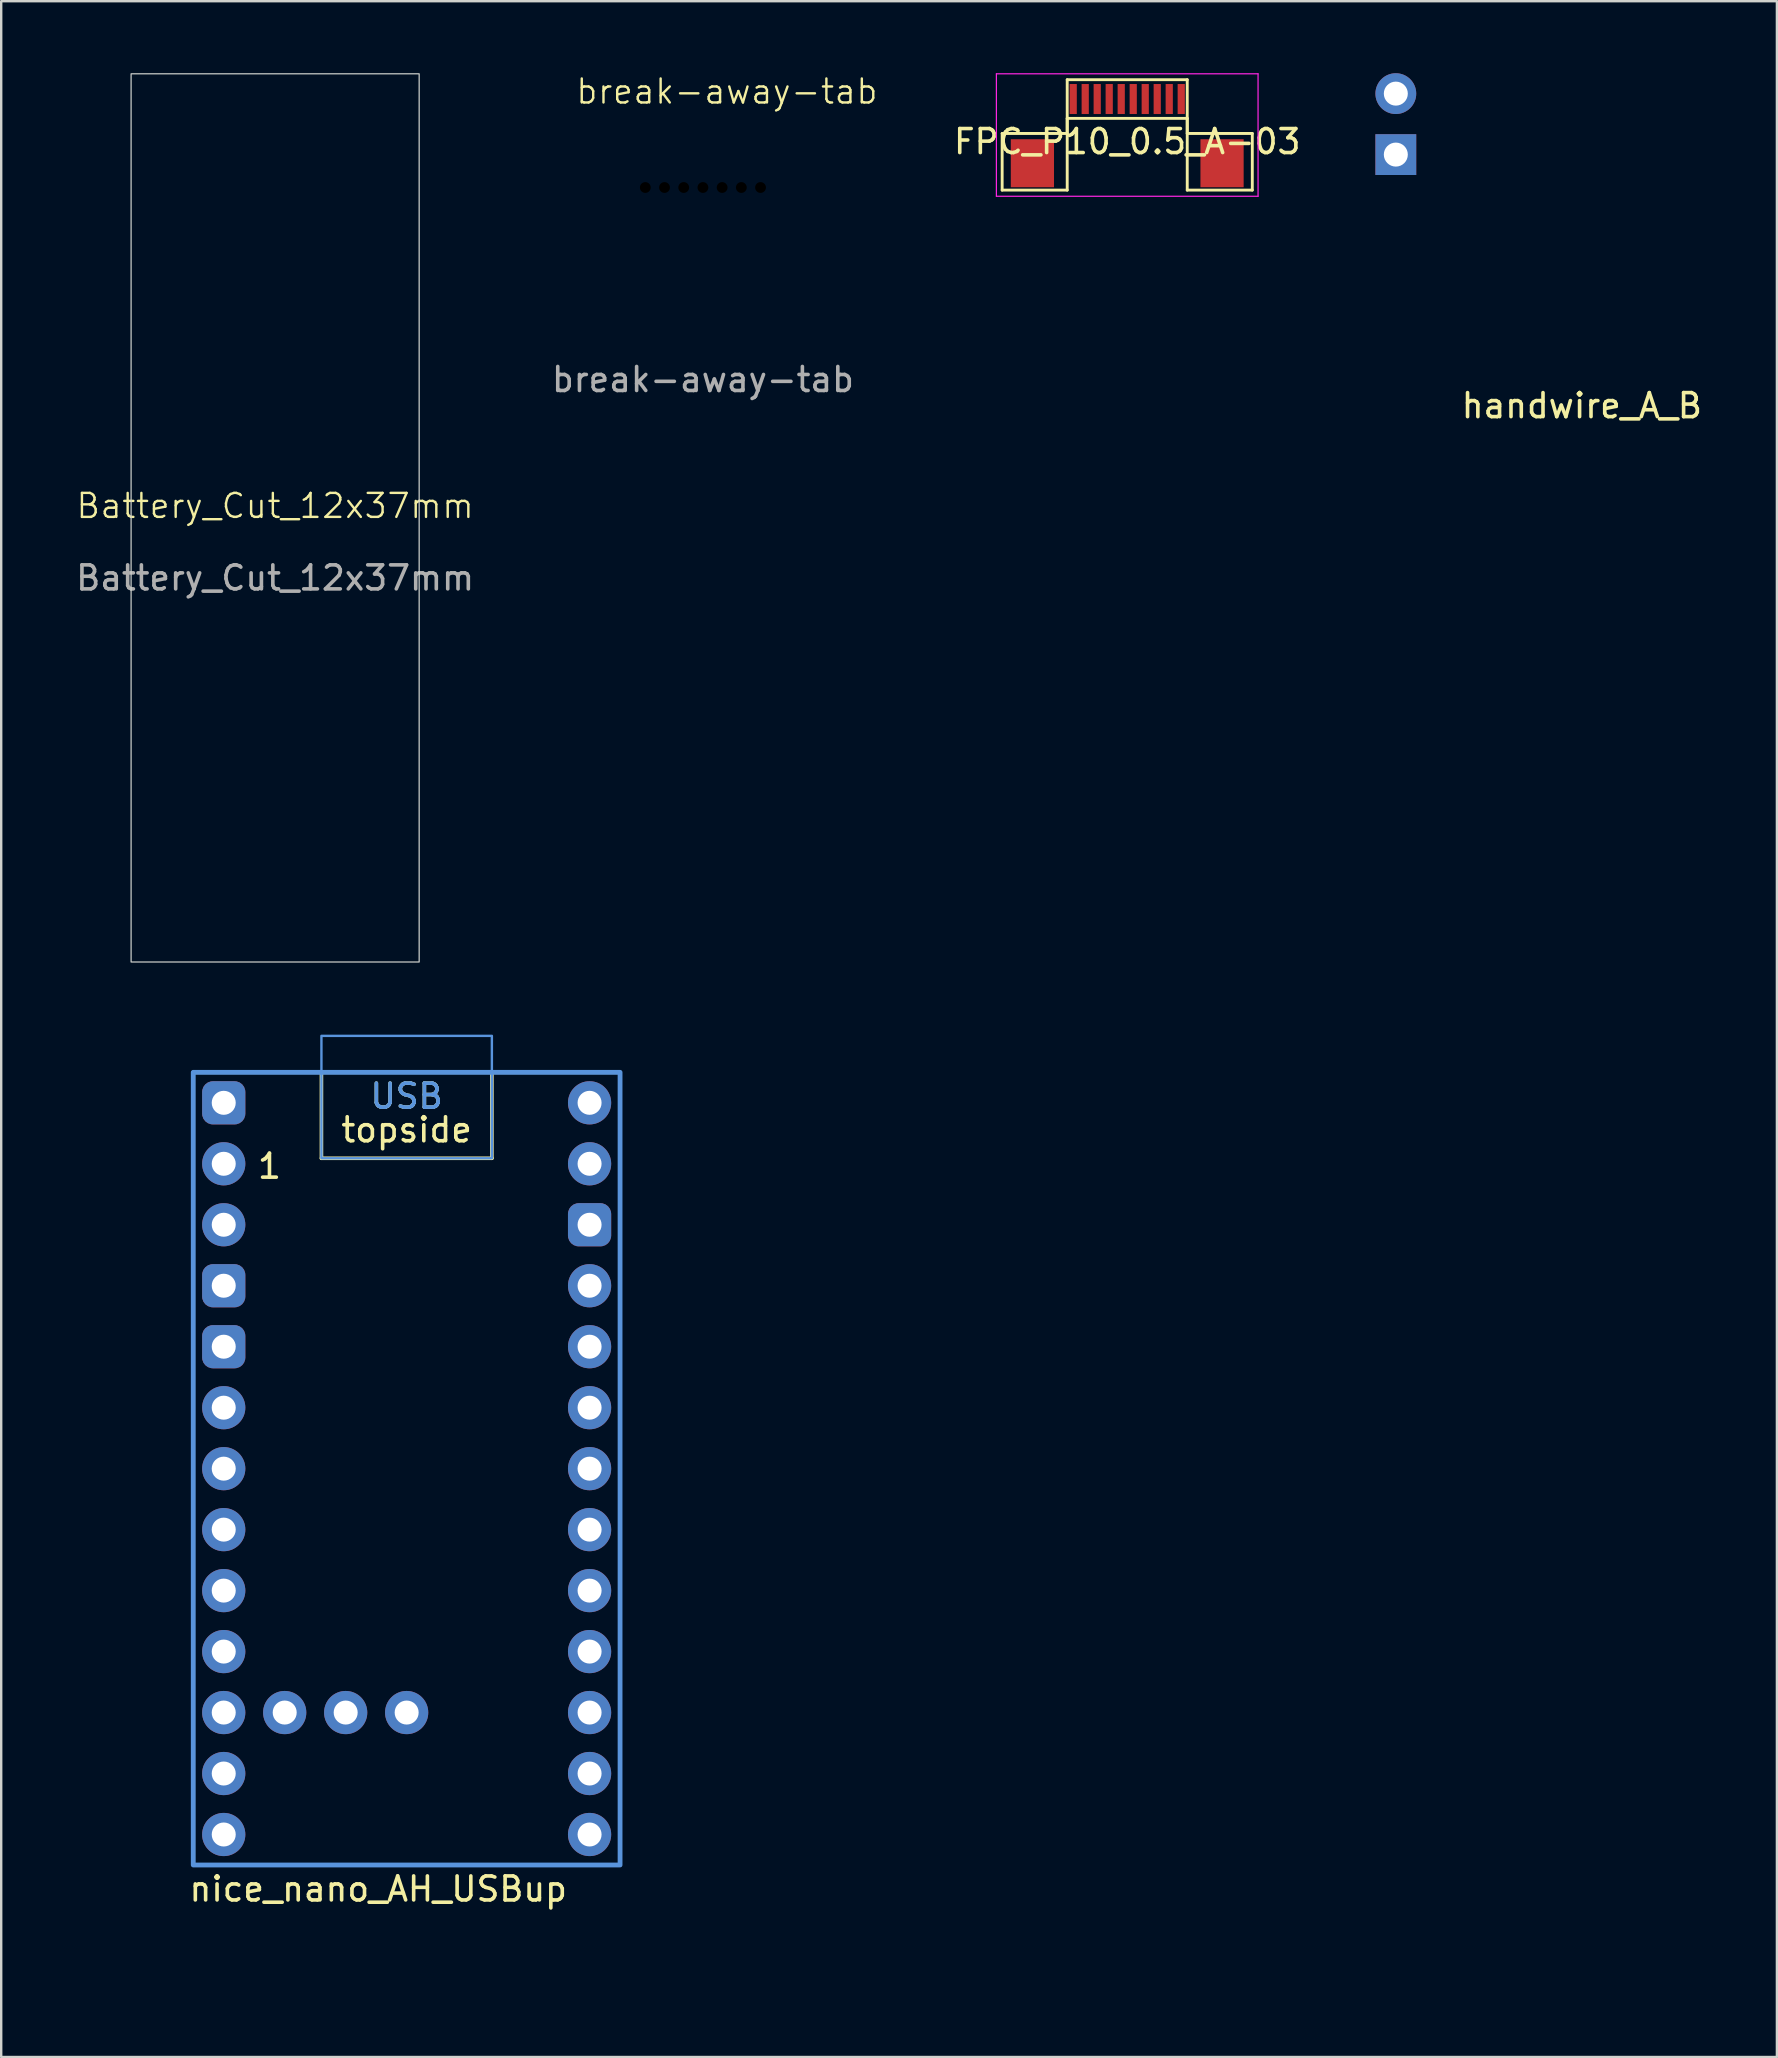
<source format=kicad_pcb>
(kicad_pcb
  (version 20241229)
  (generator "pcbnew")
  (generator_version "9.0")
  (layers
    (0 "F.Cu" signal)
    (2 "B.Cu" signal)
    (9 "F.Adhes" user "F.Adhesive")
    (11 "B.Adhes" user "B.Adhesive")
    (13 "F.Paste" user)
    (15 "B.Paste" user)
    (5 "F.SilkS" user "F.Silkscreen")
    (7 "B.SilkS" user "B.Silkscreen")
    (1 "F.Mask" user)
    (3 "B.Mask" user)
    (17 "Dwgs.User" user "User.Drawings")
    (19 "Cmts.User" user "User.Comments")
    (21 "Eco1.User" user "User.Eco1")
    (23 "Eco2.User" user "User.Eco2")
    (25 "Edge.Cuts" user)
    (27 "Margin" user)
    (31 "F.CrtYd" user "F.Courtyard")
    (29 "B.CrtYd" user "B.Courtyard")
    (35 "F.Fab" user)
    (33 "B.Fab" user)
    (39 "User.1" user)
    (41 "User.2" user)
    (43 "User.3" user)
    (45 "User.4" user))
  (footprint "break-away-tab"
    (layer "F.Cu")
    (at 26.232 4.761)
    (property "Reference" "break-away-tab" (at 1 -4 0) (unlocked yes) (layer "F.SilkS") (effects (font (size 1 1) (thickness 0.1))))
    (fp_text user "${REFERENCE}" (at 0 8 0) (unlocked yes) (layer "F.Fab") (effects (font (size 1 1) (thickness 0.15))))
    (pad "" np_thru_hole circle (at -2.4 0) (size 1.15 1.15) (drill 0.45) (layers "*.Mask"))
    (pad "" np_thru_hole circle (at -1.6 0) (size 1.15 1.15) (drill 0.45) (layers "*.Mask"))
    (pad "" np_thru_hole circle (at -0.8 0) (size 1.15 1.15) (drill 0.45) (layers "*.Mask"))
    (pad "" np_thru_hole circle (at 0 0) (size 1.15 1.15) (drill 0.45) (layers "*.Mask"))
    (pad "" np_thru_hole circle (at 0.8 0) (size 1.15 1.15) (drill 0.45) (layers "*.Mask"))
    (pad "" np_thru_hole circle (at 1.6 0) (size 1.15 1.15) (drill 0.45) (layers "*.Mask"))
    (pad "" np_thru_hole circle (at 2.4 0) (size 1.15 1.15) (drill 0.45) (layers "*.Mask")))
  (footprint "FPC_P10_0.5_A-03"
    (layer "F.Cu")
    (at 43.907 1.075)
    (property "Reference" "FPC_P10_0.5_A-03" (at 0 1.775 0) (layer "F.SilkS") (effects (font (size 1 1) (thickness 0.15))))
    (attr smd)
    (fp_line (start -5.21 1.435) (end -2.5 1.435) (stroke (width 0.12) (type default)) (layer "F.SilkS"))
    (fp_line (start -5.21 3.795) (end -5.21 1.435) (stroke (width 0.12) (type default)) (layer "F.SilkS"))
    (fp_line (start -2.5 -0.805) (end 2.5 -0.805) (stroke (width 0.12) (type default)) (layer "F.SilkS"))
    (fp_line (start -2.5 0.805) (end -2.5 3.795) (stroke (width 0.12) (type default)) (layer "F.SilkS"))
    (fp_line (start -2.5 0.805) (end 2.5 0.805) (stroke (width 0.12) (type default)) (layer "F.SilkS"))
    (fp_line (start -2.5 1.435) (end -2.5 -0.805) (stroke (width 0.12) (type default)) (layer "F.SilkS"))
    (fp_line (start -2.5 3.795) (end -5.21 3.795) (stroke (width 0.12) (type default)) (layer "F.SilkS"))
    (fp_line (start 2.5 0.805) (end 2.5 3.795) (stroke (width 0.12) (type default)) (layer "F.SilkS"))
    (fp_line (start 2.5 1.435) (end 2.5 -0.805) (stroke (width 0.12) (type default)) (layer "F.SilkS"))
    (fp_line (start 2.5 3.795) (end 5.21 3.795) (stroke (width 0.12) (type default)) (layer "F.SilkS"))
    (fp_line (start 5.21 1.435) (end 2.5 1.435) (stroke (width 0.12) (type default)) (layer "F.SilkS"))
    (fp_line (start 5.21 3.795) (end 5.21 1.435) (stroke (width 0.12) (type default)) (layer "F.SilkS"))
    (fp_line (start -5.45 -1.05) (end -5.45 4.05) (stroke (width 0.05) (type default)) (layer "F.CrtYd"))
    (fp_line (start -5.45 -1.05) (end 5.45 -1.05) (stroke (width 0.05) (type default)) (layer "F.CrtYd"))
    (fp_line (start -5.45 4.05) (end 5.45 4.05) (stroke (width 0.05) (type default)) (layer "F.CrtYd"))
    (fp_line (start 5.45 -1.05) (end 5.45 4.05) (stroke (width 0.05) (type default)) (layer "F.CrtYd"))
    (pad "0" smd rect (at -3.95 2.675) (size 1.8 2) (layers "F.Cu" "F.Mask" "F.Paste"))
    (pad "0" smd rect (at 3.95 2.675) (size 1.8 2) (layers "F.Cu" "F.Mask" "F.Paste"))
    (pad "1" smd rect (at -2.25 0) (size 0.3 1.25) (layers "F.Cu" "F.Mask" "F.Paste"))
    (pad "2" smd rect (at -1.75 0) (size 0.3 1.25) (layers "F.Cu" "F.Mask" "F.Paste"))
    (pad "3" smd rect (at -1.25 0) (size 0.3 1.25) (layers "F.Cu" "F.Mask" "F.Paste"))
    (pad "4" smd rect (at -0.75 0) (size 0.3 1.25) (layers "F.Cu" "F.Mask" "F.Paste"))
    (pad "5" smd rect (at -0.25 0) (size 0.3 1.25) (layers "F.Cu" "F.Mask" "F.Paste"))
    (pad "6" smd rect (at 0.25 0) (size 0.3 1.25) (layers "F.Cu" "F.Mask" "F.Paste"))
    (pad "7" smd rect (at 0.75 0) (size 0.3 1.25) (layers "F.Cu" "F.Mask" "F.Paste"))
    (pad "8" smd rect (at 1.25 0) (size 0.3 1.25) (layers "F.Cu" "F.Mask" "F.Paste"))
    (pad "9" smd rect (at 1.75 0) (size 0.3 1.25) (layers "F.Cu" "F.Mask" "F.Paste"))
    (pad "10" smd rect (at 2.25 0) (size 0.3 1.25) (layers "F.Cu" "F.Mask" "F.Paste")))
  (footprint "nice_nano_AH_USBup"
    (layer "F.Cu")
    (at 13.89 59.4)
    (property "Reference" "nice_nano_AH_USBup" (at -9.14 16.24 0) (layer "F.SilkS") (effects (font (size 1 1) (thickness 0.15)) (justify left)))
    (attr through_hole exclude_from_pos_files exclude_from_bom)
    (fp_line (start -3.55 -14.2) (end -3.55 -17.78) (stroke (width 0.15) (type default)) (layer "F.SilkS"))
    (fp_line (start 3.55 -14.2) (end -3.55 -14.2) (stroke (width 0.15) (type default)) (layer "F.SilkS"))
    (fp_line (start 3.55 -14.2) (end 3.55 -17.78) (stroke (width 0.15) (type default)) (layer "F.SilkS"))
    (fp_rect (start -8.89 -17.78) (end 8.89 15.24) (stroke (width 0.15) (type solid)) (fill no) (layer "F.SilkS"))
    (fp_rect (start -3.55 -19.3) (end 3.55 -14.2) (stroke (width 0.1) (type default)) (fill no) (layer "Cmts.User"))
    (fp_rect (start 8.89 -17.78) (end -8.89 15.24) (stroke (width 0.2) (type solid)) (fill no) (layer "Cmts.User"))
    (fp_text user "topside" (at 0 -14.8 0) (unlocked yes) (layer "F.SilkS") (effects (font (size 1 1) (thickness 0.15)) (justify bottom)))
    (fp_text user "USB" (at 0 -16.2 0) (unlocked yes) (layer "F.SilkS") (effects (font (size 1 1) (thickness 0.15)) (justify bottom)))
    (fp_text user "1" (at -5.715 -13.283 0) (layer "F.SilkS") (effects (font (size 1 1) (thickness 0.15)) (justify bottom)))
    (fp_text user "USB" (at 0 -16.2 0) (layer "Cmts.User") (effects (font (size 1 1) (thickness 0.15)) (justify bottom)))
    (pad "1" thru_hole circle (at -7.62 -13.97) (size 1.8 1.8) (drill 1) (layers "*.Cu" "B.Mask"))
    (pad "2" thru_hole circle (at -7.62 -11.43) (size 1.8 1.8) (drill 1) (layers "*.Cu" "B.Mask"))
    (pad "3" thru_hole roundrect (at -7.62 -8.89) (size 1.8 1.8) (drill 1) (layers "*.Cu" "B.Mask") (roundrect_rratio 0.25))
    (pad "4" thru_hole roundrect (at -7.62 -6.35) (size 1.8 1.8) (drill 1) (layers "*.Cu" "B.Mask") (roundrect_rratio 0.25))
    (pad "5" thru_hole circle (at -7.62 -3.81) (size 1.8 1.8) (drill 1) (layers "*.Cu" "B.Mask"))
    (pad "6" thru_hole circle (at -7.62 -1.27) (size 1.8 1.8) (drill 1) (layers "*.Cu" "B.Mask"))
    (pad "7" thru_hole circle (at -7.62 1.27) (size 1.8 1.8) (drill 1) (layers "*.Cu" "B.Mask"))
    (pad "8" thru_hole circle (at -7.62 3.81) (size 1.8 1.8) (drill 1) (layers "*.Cu" "B.Mask"))
    (pad "9" thru_hole circle (at -7.62 6.35) (size 1.8 1.8) (drill 1) (layers "*.Cu" "B.Mask"))
    (pad "10" thru_hole circle (at -7.62 8.89) (size 1.8 1.8) (drill 1) (layers "*.Cu" "B.Mask"))
    (pad "11" thru_hole circle (at -7.62 11.43) (size 1.8 1.8) (drill 1) (layers "*.Cu" "B.Mask"))
    (pad "12" thru_hole circle (at -7.62 13.97) (size 1.8 1.8) (drill 1) (layers "*.Cu" "B.Mask"))
    (pad "13" thru_hole circle (at 7.62 -13.97) (size 1.8 1.8) (drill 1) (layers "*.Cu" "B.Mask"))
    (pad "14" thru_hole roundrect (at 7.62 -11.43) (size 1.8 1.8) (drill 1) (layers "*.Cu" "B.Mask") (roundrect_rratio 0.25))
    (pad "15" thru_hole circle (at 7.62 -8.89) (size 1.8 1.8) (drill 1) (layers "*.Cu" "B.Mask"))
    (pad "16" thru_hole circle (at 7.62 -6.35) (size 1.8 1.8) (drill 1) (layers "*.Cu" "B.Mask"))
    (pad "17" thru_hole circle (at 7.62 -3.81) (size 1.8 1.8) (drill 1) (layers "*.Cu" "B.Mask"))
    (pad "18" thru_hole circle (at 7.62 -1.27) (size 1.8 1.8) (drill 1) (layers "*.Cu" "B.Mask"))
    (pad "19" thru_hole circle (at 7.62 1.27) (size 1.8 1.8) (drill 1) (layers "*.Cu" "B.Mask"))
    (pad "20" thru_hole circle (at 7.62 3.81) (size 1.8 1.8) (drill 1) (layers "*.Cu" "B.Mask"))
    (pad "21" thru_hole circle (at 7.62 6.35) (size 1.8 1.8) (drill 1) (layers "*.Cu" "B.Mask"))
    (pad "22" thru_hole circle (at 7.62 8.89) (size 1.8 1.8) (drill 1) (layers "*.Cu" "B.Mask"))
    (pad "23" thru_hole circle (at 7.62 11.43) (size 1.8 1.8) (drill 1) (layers "*.Cu" "B.Mask"))
    (pad "24" thru_hole circle (at 7.62 13.97) (size 1.8 1.8) (drill 1) (layers "*.Cu" "B.Mask"))
    (pad "25" thru_hole circle (at -5.08 8.89) (size 1.8 1.8) (drill 1) (layers "*.Cu" "B.Mask"))
    (pad "26" thru_hole circle (at -2.54 8.89) (size 1.8 1.8) (drill 1) (layers "*.Cu" "B.Mask"))
    (pad "27" thru_hole circle (at 0 8.89) (size 1.8 1.8) (drill 1) (layers "*.Cu" "B.Mask"))
    (pad "28" thru_hole roundrect (at -7.62 -16.51) (size 1.8 1.8) (drill 1) (layers "*.Cu" "B.Mask") (roundrect_rratio 0.25))
    (pad "29" thru_hole circle (at 7.62 -16.51) (size 1.8 1.8) (drill 1) (layers "*.Cu" "B.Mask"))
    (zone (net_name "") (layers "F.Cu" "B.Cu") (name "ANT") (hatch edge 0.5) (connect_pads) (min_thickness 0.25) (filled_areas_thickness no) (keepout (tracks allowed) (vias allowed) (pads allowed) (copperpour not_allowed) (footprints allowed)) (placement (enabled no)) (fill) (polygon (pts (xy 0 69.56) (xy 27.78 69.56) (xy 27.78 79.64) (xy 0 79.64)))))
  (footprint "Battery_Cut_12x37mm"
    (layer "F.Cu")
    (at 8.411 18.525)
    (property "Reference" "Battery_Cut_12x37mm" (at 0 -0.5 0) (unlocked yes) (layer "F.SilkS") (effects (font (size 1 1) (thickness 0.1))))
    (attr smd)
    (fp_rect (start -6 -18.5) (end 6 18.5) (stroke (width 0.05) (type solid)) (fill no) (layer "Edge.Cuts"))
    (fp_text user "${REFERENCE}" (at 0 2.5 0) (unlocked yes) (layer "F.Fab") (effects (font (size 1 1) (thickness 0.15)))))
  (footprint "handwire_A_B"
    (layer "F.Cu")
    (at 55.096 1.85)
    (property "Reference" "handwire_A_B" (at 7.75 12 0) (layer "F.SilkS") (effects (font (size 1 1) (thickness 0.15))))
    (attr through_hole exclude_from_pos_files)
    (pad "1" thru_hole rect (at 0 1.54 180) (size 1.7 1.7) (drill 1) (layers "*.Cu" "*.Mask"))
    (pad "2" thru_hole oval (at 0 -1 180) (size 1.7 1.7) (drill 1) (layers "*.Cu" "*.Mask")))
  (gr_rect
    (start -3 -3)
    (end 70.971 82.64)
    (stroke (width 0.1) (type default))
    (fill no)
    (layer "Edge.Cuts")))
</source>
